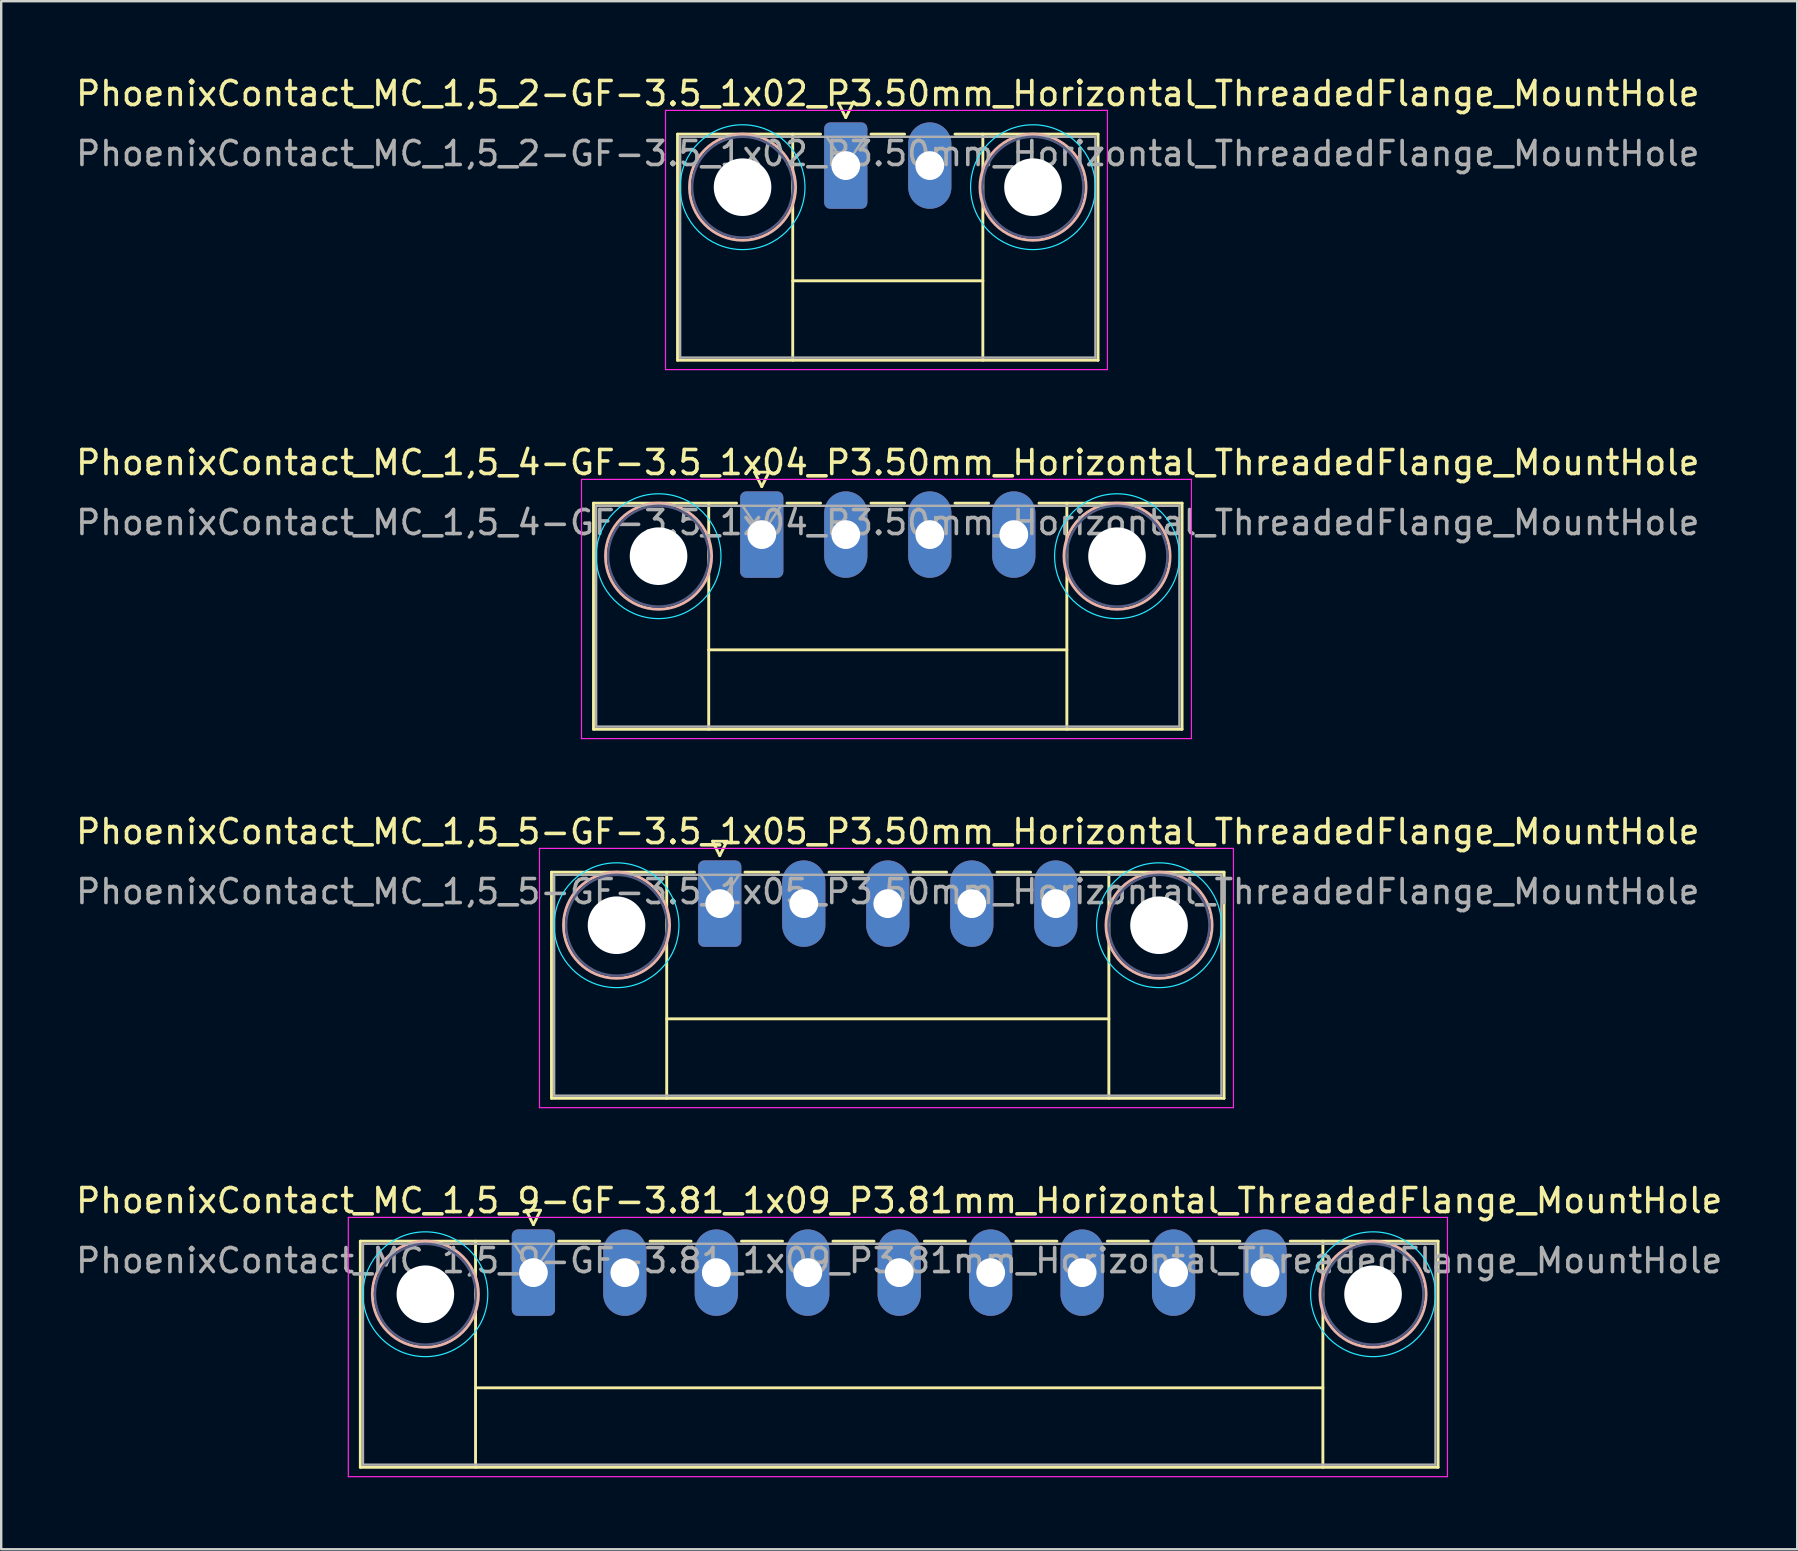
<source format=kicad_pcb>
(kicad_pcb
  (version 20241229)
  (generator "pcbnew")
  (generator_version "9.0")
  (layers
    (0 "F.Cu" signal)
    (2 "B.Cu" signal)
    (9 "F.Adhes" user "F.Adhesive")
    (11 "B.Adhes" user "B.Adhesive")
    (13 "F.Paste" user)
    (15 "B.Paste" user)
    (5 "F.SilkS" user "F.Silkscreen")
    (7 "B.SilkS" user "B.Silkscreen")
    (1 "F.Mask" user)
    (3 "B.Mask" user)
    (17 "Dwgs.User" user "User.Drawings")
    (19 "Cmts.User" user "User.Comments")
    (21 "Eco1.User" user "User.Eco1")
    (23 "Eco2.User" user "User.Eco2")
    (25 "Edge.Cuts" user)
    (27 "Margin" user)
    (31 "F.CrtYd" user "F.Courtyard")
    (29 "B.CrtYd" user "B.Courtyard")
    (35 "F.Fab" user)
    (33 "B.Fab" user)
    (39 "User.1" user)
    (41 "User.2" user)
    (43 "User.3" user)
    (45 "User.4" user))
  (footprint "PhoenixContact_MC_1,5_2-GF-3.5_1x02_P3.50mm_Horizontal_ThreadedFlange_MountHole"
    (layer "F.Cu")
    (at 32.185 3.848)
    (property "Reference" "PhoenixContact_MC_1,5_2-GF-3.5_1x02_P3.50mm_Horizontal_ThreadedFlange_MountHole" (at 1.75 -3 0) (layer "F.SilkS") (effects (font (size 1 1) (thickness 0.15))))
    (attr through_hole)
    (fp_line (start -7.01 -1.31) (end -7.01 8.11) (stroke (width 0.12) (type solid)) (layer "F.SilkS"))
    (fp_line (start -7.01 -1.31) (end -1.05 -1.31) (stroke (width 0.12) (type solid)) (layer "F.SilkS"))
    (fp_line (start -7.01 8.11) (end 10.51 8.11) (stroke (width 0.12) (type solid)) (layer "F.SilkS"))
    (fp_line (start -2.21 -1.31) (end -2.21 8.11) (stroke (width 0.12) (type solid)) (layer "F.SilkS"))
    (fp_line (start -2.21 4.8) (end 5.71 4.8) (stroke (width 0.12) (type solid)) (layer "F.SilkS"))
    (fp_line (start -0.3 -2.6) (end 0.3 -2.6) (stroke (width 0.12) (type solid)) (layer "F.SilkS"))
    (fp_line (start 0 -2) (end -0.3 -2.6) (stroke (width 0.12) (type solid)) (layer "F.SilkS"))
    (fp_line (start 0.3 -2.6) (end 0 -2) (stroke (width 0.12) (type solid)) (layer "F.SilkS"))
    (fp_line (start 1.05 -1.31) (end 2.45 -1.31) (stroke (width 0.12) (type solid)) (layer "F.SilkS"))
    (fp_line (start 5.71 -1.31) (end 5.71 8.11) (stroke (width 0.12) (type solid)) (layer "F.SilkS"))
    (fp_line (start 10.51 -1.31) (end 4.55 -1.31) (stroke (width 0.12) (type solid)) (layer "F.SilkS"))
    (fp_line (start 10.51 8.11) (end 10.51 -1.31) (stroke (width 0.12) (type solid)) (layer "F.SilkS"))
    (fp_circle (center -4.3 0.9) (end -2.09 0.9) (stroke (width 0.12) (type solid)) (fill no) (layer "B.SilkS"))
    (fp_circle (center 7.8 0.9) (end 10.01 0.9) (stroke (width 0.12) (type solid)) (fill no) (layer "B.SilkS"))
    (fp_circle (center -4.3 0.9) (end -1.7 0.9) (stroke (width 0.05) (type solid)) (fill no) (layer "B.CrtYd"))
    (fp_circle (center 7.8 0.9) (end 10.4 0.9) (stroke (width 0.05) (type solid)) (fill no) (layer "B.CrtYd"))
    (fp_line (start -7.51 -2.3) (end -7.51 8.5) (stroke (width 0.05) (type solid)) (layer "F.CrtYd"))
    (fp_line (start -7.51 8.5) (end 10.9 8.5) (stroke (width 0.05) (type solid)) (layer "F.CrtYd"))
    (fp_line (start 10.9 -2.3) (end -7.51 -2.3) (stroke (width 0.05) (type solid)) (layer "F.CrtYd"))
    (fp_line (start 10.9 8.5) (end 10.9 -2.3) (stroke (width 0.05) (type solid)) (layer "F.CrtYd"))
    (fp_circle (center -4.3 0.9) (end -2.2 0.9) (stroke (width 0.1) (type solid)) (fill no) (layer "B.Fab"))
    (fp_circle (center 7.8 0.9) (end 9.9 0.9) (stroke (width 0.1) (type solid)) (fill no) (layer "B.Fab"))
    (fp_line (start -6.9 -1.2) (end -6.9 8) (stroke (width 0.1) (type solid)) (layer "F.Fab"))
    (fp_line (start -6.9 8) (end 10.4 8) (stroke (width 0.1) (type solid)) (layer "F.Fab"))
    (fp_line (start 0 0) (end -0.8 -1.2) (stroke (width 0.1) (type solid)) (layer "F.Fab"))
    (fp_line (start 0.8 -1.2) (end 0 0) (stroke (width 0.1) (type solid)) (layer "F.Fab"))
    (fp_line (start 10.4 -1.2) (end -6.9 -1.2) (stroke (width 0.1) (type solid)) (layer "F.Fab"))
    (fp_line (start 10.4 8) (end 10.4 -1.2) (stroke (width 0.1) (type solid)) (layer "F.Fab"))
    (fp_text user "${REFERENCE}" (at 1.75 -0.5 0) (layer "F.Fab") (effects (font (size 1 1) (thickness 0.15))))
    (pad "" np_thru_hole circle (at -4.3 0.9) (size 2.4 2.4) (drill 2.4) (layers "*.Cu" "*.Mask"))
    (pad "" np_thru_hole circle (at 7.8 0.9) (size 2.4 2.4) (drill 2.4) (layers "*.Cu" "*.Mask"))
    (pad "1" thru_hole roundrect (at 0 0) (size 1.8 3.6) (drill 1.2) (layers "*.Cu" "*.Mask") (roundrect_rratio 0.139))
    (pad "2" thru_hole oval (at 3.5 0) (size 1.8 3.6) (drill 1.2) (layers "*.Cu" "*.Mask")))
  (footprint "PhoenixContact_MC_1,5_9-GF-3.81_1x09_P3.81mm_Horizontal_ThreadedFlange_MountHole"
    (layer "F.Cu")
    (at 19.171 49.968)
    (property "Reference" "PhoenixContact_MC_1,5_9-GF-3.81_1x09_P3.81mm_Horizontal_ThreadedFlange_MountHole" (at 15.24 -3 0) (layer "F.SilkS") (effects (font (size 1 1) (thickness 0.15))))
    (attr through_hole)
    (fp_line (start -7.21 -1.31) (end -7.21 8.11) (stroke (width 0.12) (type solid)) (layer "F.SilkS"))
    (fp_line (start -7.21 -1.31) (end -1.05 -1.31) (stroke (width 0.12) (type solid)) (layer "F.SilkS"))
    (fp_line (start -7.21 8.11) (end 37.69 8.11) (stroke (width 0.12) (type solid)) (layer "F.SilkS"))
    (fp_line (start -2.41 -1.31) (end -2.41 8.11) (stroke (width 0.12) (type solid)) (layer "F.SilkS"))
    (fp_line (start -2.41 4.8) (end 32.89 4.8) (stroke (width 0.12) (type solid)) (layer "F.SilkS"))
    (fp_line (start -0.3 -2.6) (end 0.3 -2.6) (stroke (width 0.12) (type solid)) (layer "F.SilkS"))
    (fp_line (start 0 -2) (end -0.3 -2.6) (stroke (width 0.12) (type solid)) (layer "F.SilkS"))
    (fp_line (start 0.3 -2.6) (end 0 -2) (stroke (width 0.12) (type solid)) (layer "F.SilkS"))
    (fp_line (start 1.05 -1.31) (end 2.76 -1.31) (stroke (width 0.12) (type solid)) (layer "F.SilkS"))
    (fp_line (start 4.86 -1.31) (end 6.57 -1.31) (stroke (width 0.12) (type solid)) (layer "F.SilkS"))
    (fp_line (start 8.67 -1.31) (end 10.38 -1.31) (stroke (width 0.12) (type solid)) (layer "F.SilkS"))
    (fp_line (start 12.48 -1.31) (end 14.19 -1.31) (stroke (width 0.12) (type solid)) (layer "F.SilkS"))
    (fp_line (start 16.29 -1.31) (end 18 -1.31) (stroke (width 0.12) (type solid)) (layer "F.SilkS"))
    (fp_line (start 20.1 -1.31) (end 21.81 -1.31) (stroke (width 0.12) (type solid)) (layer "F.SilkS"))
    (fp_line (start 23.91 -1.31) (end 25.62 -1.31) (stroke (width 0.12) (type solid)) (layer "F.SilkS"))
    (fp_line (start 27.72 -1.31) (end 29.43 -1.31) (stroke (width 0.12) (type solid)) (layer "F.SilkS"))
    (fp_line (start 32.89 -1.31) (end 32.89 8.11) (stroke (width 0.12) (type solid)) (layer "F.SilkS"))
    (fp_line (start 37.69 -1.31) (end 31.53 -1.31) (stroke (width 0.12) (type solid)) (layer "F.SilkS"))
    (fp_line (start 37.69 8.11) (end 37.69 -1.31) (stroke (width 0.12) (type solid)) (layer "F.SilkS"))
    (fp_circle (center -4.5 0.9) (end -2.29 0.9) (stroke (width 0.12) (type solid)) (fill no) (layer "B.SilkS"))
    (fp_circle (center 34.98 0.9) (end 37.19 0.9) (stroke (width 0.12) (type solid)) (fill no) (layer "B.SilkS"))
    (fp_circle (center -4.5 0.9) (end -1.9 0.9) (stroke (width 0.05) (type solid)) (fill no) (layer "B.CrtYd"))
    (fp_circle (center 34.98 0.9) (end 37.58 0.9) (stroke (width 0.05) (type solid)) (fill no) (layer "B.CrtYd"))
    (fp_line (start -7.71 -2.3) (end -7.71 8.5) (stroke (width 0.05) (type solid)) (layer "F.CrtYd"))
    (fp_line (start -7.71 8.5) (end 38.08 8.5) (stroke (width 0.05) (type solid)) (layer "F.CrtYd"))
    (fp_line (start 38.08 -2.3) (end -7.71 -2.3) (stroke (width 0.05) (type solid)) (layer "F.CrtYd"))
    (fp_line (start 38.08 8.5) (end 38.08 -2.3) (stroke (width 0.05) (type solid)) (layer "F.CrtYd"))
    (fp_circle (center -4.5 0.9) (end -2.4 0.9) (stroke (width 0.1) (type solid)) (fill no) (layer "B.Fab"))
    (fp_circle (center 34.98 0.9) (end 37.08 0.9) (stroke (width 0.1) (type solid)) (fill no) (layer "B.Fab"))
    (fp_line (start -7.1 -1.2) (end -7.1 8) (stroke (width 0.1) (type solid)) (layer "F.Fab"))
    (fp_line (start -7.1 8) (end 37.58 8) (stroke (width 0.1) (type solid)) (layer "F.Fab"))
    (fp_line (start 0 0) (end -0.8 -1.2) (stroke (width 0.1) (type solid)) (layer "F.Fab"))
    (fp_line (start 0.8 -1.2) (end 0 0) (stroke (width 0.1) (type solid)) (layer "F.Fab"))
    (fp_line (start 37.58 -1.2) (end -7.1 -1.2) (stroke (width 0.1) (type solid)) (layer "F.Fab"))
    (fp_line (start 37.58 8) (end 37.58 -1.2) (stroke (width 0.1) (type solid)) (layer "F.Fab"))
    (fp_text user "${REFERENCE}" (at 15.24 -0.5 0) (layer "F.Fab") (effects (font (size 1 1) (thickness 0.15))))
    (pad "" np_thru_hole circle (at -4.5 0.9) (size 2.4 2.4) (drill 2.4) (layers "*.Cu" "*.Mask"))
    (pad "" np_thru_hole circle (at 34.98 0.9) (size 2.4 2.4) (drill 2.4) (layers "*.Cu" "*.Mask"))
    (pad "1" thru_hole roundrect (at 0 0) (size 1.8 3.6) (drill 1.2) (layers "*.Cu" "*.Mask") (roundrect_rratio 0.139))
    (pad "2" thru_hole oval (at 3.81 0) (size 1.8 3.6) (drill 1.2) (layers "*.Cu" "*.Mask"))
    (pad "3" thru_hole oval (at 7.62 0) (size 1.8 3.6) (drill 1.2) (layers "*.Cu" "*.Mask"))
    (pad "4" thru_hole oval (at 11.43 0) (size 1.8 3.6) (drill 1.2) (layers "*.Cu" "*.Mask"))
    (pad "5" thru_hole oval (at 15.24 0) (size 1.8 3.6) (drill 1.2) (layers "*.Cu" "*.Mask"))
    (pad "6" thru_hole oval (at 19.05 0) (size 1.8 3.6) (drill 1.2) (layers "*.Cu" "*.Mask"))
    (pad "7" thru_hole oval (at 22.86 0) (size 1.8 3.6) (drill 1.2) (layers "*.Cu" "*.Mask"))
    (pad "8" thru_hole oval (at 26.67 0) (size 1.8 3.6) (drill 1.2) (layers "*.Cu" "*.Mask"))
    (pad "9" thru_hole oval (at 30.48 0) (size 1.8 3.6) (drill 1.2) (layers "*.Cu" "*.Mask")))
  (footprint "PhoenixContact_MC_1,5_4-GF-3.5_1x04_P3.50mm_Horizontal_ThreadedFlange_MountHole"
    (layer "F.Cu")
    (at 28.685 19.221)
    (property "Reference" "PhoenixContact_MC_1,5_4-GF-3.5_1x04_P3.50mm_Horizontal_ThreadedFlange_MountHole" (at 5.25 -3 0) (layer "F.SilkS") (effects (font (size 1 1) (thickness 0.15))))
    (attr through_hole)
    (fp_line (start -7.01 -1.31) (end -7.01 8.11) (stroke (width 0.12) (type solid)) (layer "F.SilkS"))
    (fp_line (start -7.01 -1.31) (end -1.05 -1.31) (stroke (width 0.12) (type solid)) (layer "F.SilkS"))
    (fp_line (start -7.01 8.11) (end 17.51 8.11) (stroke (width 0.12) (type solid)) (layer "F.SilkS"))
    (fp_line (start -2.21 -1.31) (end -2.21 8.11) (stroke (width 0.12) (type solid)) (layer "F.SilkS"))
    (fp_line (start -2.21 4.8) (end 12.71 4.8) (stroke (width 0.12) (type solid)) (layer "F.SilkS"))
    (fp_line (start -0.3 -2.6) (end 0.3 -2.6) (stroke (width 0.12) (type solid)) (layer "F.SilkS"))
    (fp_line (start 0 -2) (end -0.3 -2.6) (stroke (width 0.12) (type solid)) (layer "F.SilkS"))
    (fp_line (start 0.3 -2.6) (end 0 -2) (stroke (width 0.12) (type solid)) (layer "F.SilkS"))
    (fp_line (start 1.05 -1.31) (end 2.45 -1.31) (stroke (width 0.12) (type solid)) (layer "F.SilkS"))
    (fp_line (start 4.55 -1.31) (end 5.95 -1.31) (stroke (width 0.12) (type solid)) (layer "F.SilkS"))
    (fp_line (start 8.05 -1.31) (end 9.45 -1.31) (stroke (width 0.12) (type solid)) (layer "F.SilkS"))
    (fp_line (start 12.71 -1.31) (end 12.71 8.11) (stroke (width 0.12) (type solid)) (layer "F.SilkS"))
    (fp_line (start 17.51 -1.31) (end 11.55 -1.31) (stroke (width 0.12) (type solid)) (layer "F.SilkS"))
    (fp_line (start 17.51 8.11) (end 17.51 -1.31) (stroke (width 0.12) (type solid)) (layer "F.SilkS"))
    (fp_circle (center -4.3 0.9) (end -2.09 0.9) (stroke (width 0.12) (type solid)) (fill no) (layer "B.SilkS"))
    (fp_circle (center 14.8 0.9) (end 17.01 0.9) (stroke (width 0.12) (type solid)) (fill no) (layer "B.SilkS"))
    (fp_circle (center -4.3 0.9) (end -1.7 0.9) (stroke (width 0.05) (type solid)) (fill no) (layer "B.CrtYd"))
    (fp_circle (center 14.8 0.9) (end 17.4 0.9) (stroke (width 0.05) (type solid)) (fill no) (layer "B.CrtYd"))
    (fp_line (start -7.51 -2.3) (end -7.51 8.5) (stroke (width 0.05) (type solid)) (layer "F.CrtYd"))
    (fp_line (start -7.51 8.5) (end 17.9 8.5) (stroke (width 0.05) (type solid)) (layer "F.CrtYd"))
    (fp_line (start 17.9 -2.3) (end -7.51 -2.3) (stroke (width 0.05) (type solid)) (layer "F.CrtYd"))
    (fp_line (start 17.9 8.5) (end 17.9 -2.3) (stroke (width 0.05) (type solid)) (layer "F.CrtYd"))
    (fp_circle (center -4.3 0.9) (end -2.2 0.9) (stroke (width 0.1) (type solid)) (fill no) (layer "B.Fab"))
    (fp_circle (center 14.8 0.9) (end 16.9 0.9) (stroke (width 0.1) (type solid)) (fill no) (layer "B.Fab"))
    (fp_line (start -6.9 -1.2) (end -6.9 8) (stroke (width 0.1) (type solid)) (layer "F.Fab"))
    (fp_line (start -6.9 8) (end 17.4 8) (stroke (width 0.1) (type solid)) (layer "F.Fab"))
    (fp_line (start 0 0) (end -0.8 -1.2) (stroke (width 0.1) (type solid)) (layer "F.Fab"))
    (fp_line (start 0.8 -1.2) (end 0 0) (stroke (width 0.1) (type solid)) (layer "F.Fab"))
    (fp_line (start 17.4 -1.2) (end -6.9 -1.2) (stroke (width 0.1) (type solid)) (layer "F.Fab"))
    (fp_line (start 17.4 8) (end 17.4 -1.2) (stroke (width 0.1) (type solid)) (layer "F.Fab"))
    (fp_text user "${REFERENCE}" (at 5.25 -0.5 0) (layer "F.Fab") (effects (font (size 1 1) (thickness 0.15))))
    (pad "" np_thru_hole circle (at -4.3 0.9) (size 2.4 2.4) (drill 2.4) (layers "*.Cu" "*.Mask"))
    (pad "" np_thru_hole circle (at 14.8 0.9) (size 2.4 2.4) (drill 2.4) (layers "*.Cu" "*.Mask"))
    (pad "1" thru_hole roundrect (at 0 0) (size 1.8 3.6) (drill 1.2) (layers "*.Cu" "*.Mask") (roundrect_rratio 0.139))
    (pad "2" thru_hole oval (at 3.5 0) (size 1.8 3.6) (drill 1.2) (layers "*.Cu" "*.Mask"))
    (pad "3" thru_hole oval (at 7 0) (size 1.8 3.6) (drill 1.2) (layers "*.Cu" "*.Mask"))
    (pad "4" thru_hole oval (at 10.5 0) (size 1.8 3.6) (drill 1.2) (layers "*.Cu" "*.Mask")))
  (footprint "PhoenixContact_MC_1,5_5-GF-3.5_1x05_P3.50mm_Horizontal_ThreadedFlange_MountHole"
    (layer "F.Cu")
    (at 26.935 34.595)
    (property "Reference" "PhoenixContact_MC_1,5_5-GF-3.5_1x05_P3.50mm_Horizontal_ThreadedFlange_MountHole" (at 7 -3 0) (layer "F.SilkS") (effects (font (size 1 1) (thickness 0.15))))
    (attr through_hole)
    (fp_line (start -7.01 -1.31) (end -7.01 8.11) (stroke (width 0.12) (type solid)) (layer "F.SilkS"))
    (fp_line (start -7.01 -1.31) (end -1.05 -1.31) (stroke (width 0.12) (type solid)) (layer "F.SilkS"))
    (fp_line (start -7.01 8.11) (end 21.01 8.11) (stroke (width 0.12) (type solid)) (layer "F.SilkS"))
    (fp_line (start -2.21 -1.31) (end -2.21 8.11) (stroke (width 0.12) (type solid)) (layer "F.SilkS"))
    (fp_line (start -2.21 4.8) (end 16.21 4.8) (stroke (width 0.12) (type solid)) (layer "F.SilkS"))
    (fp_line (start -0.3 -2.6) (end 0.3 -2.6) (stroke (width 0.12) (type solid)) (layer "F.SilkS"))
    (fp_line (start 0 -2) (end -0.3 -2.6) (stroke (width 0.12) (type solid)) (layer "F.SilkS"))
    (fp_line (start 0.3 -2.6) (end 0 -2) (stroke (width 0.12) (type solid)) (layer "F.SilkS"))
    (fp_line (start 1.05 -1.31) (end 2.45 -1.31) (stroke (width 0.12) (type solid)) (layer "F.SilkS"))
    (fp_line (start 4.55 -1.31) (end 5.95 -1.31) (stroke (width 0.12) (type solid)) (layer "F.SilkS"))
    (fp_line (start 8.05 -1.31) (end 9.45 -1.31) (stroke (width 0.12) (type solid)) (layer "F.SilkS"))
    (fp_line (start 11.55 -1.31) (end 12.95 -1.31) (stroke (width 0.12) (type solid)) (layer "F.SilkS"))
    (fp_line (start 16.21 -1.31) (end 16.21 8.11) (stroke (width 0.12) (type solid)) (layer "F.SilkS"))
    (fp_line (start 21.01 -1.31) (end 15.05 -1.31) (stroke (width 0.12) (type solid)) (layer "F.SilkS"))
    (fp_line (start 21.01 8.11) (end 21.01 -1.31) (stroke (width 0.12) (type solid)) (layer "F.SilkS"))
    (fp_circle (center -4.3 0.9) (end -2.09 0.9) (stroke (width 0.12) (type solid)) (fill no) (layer "B.SilkS"))
    (fp_circle (center 18.3 0.9) (end 20.51 0.9) (stroke (width 0.12) (type solid)) (fill no) (layer "B.SilkS"))
    (fp_circle (center -4.3 0.9) (end -1.7 0.9) (stroke (width 0.05) (type solid)) (fill no) (layer "B.CrtYd"))
    (fp_circle (center 18.3 0.9) (end 20.9 0.9) (stroke (width 0.05) (type solid)) (fill no) (layer "B.CrtYd"))
    (fp_line (start -7.51 -2.3) (end -7.51 8.5) (stroke (width 0.05) (type solid)) (layer "F.CrtYd"))
    (fp_line (start -7.51 8.5) (end 21.4 8.5) (stroke (width 0.05) (type solid)) (layer "F.CrtYd"))
    (fp_line (start 21.4 -2.3) (end -7.51 -2.3) (stroke (width 0.05) (type solid)) (layer "F.CrtYd"))
    (fp_line (start 21.4 8.5) (end 21.4 -2.3) (stroke (width 0.05) (type solid)) (layer "F.CrtYd"))
    (fp_circle (center -4.3 0.9) (end -2.2 0.9) (stroke (width 0.1) (type solid)) (fill no) (layer "B.Fab"))
    (fp_circle (center 18.3 0.9) (end 20.4 0.9) (stroke (width 0.1) (type solid)) (fill no) (layer "B.Fab"))
    (fp_line (start -6.9 -1.2) (end -6.9 8) (stroke (width 0.1) (type solid)) (layer "F.Fab"))
    (fp_line (start -6.9 8) (end 20.9 8) (stroke (width 0.1) (type solid)) (layer "F.Fab"))
    (fp_line (start 0 0) (end -0.8 -1.2) (stroke (width 0.1) (type solid)) (layer "F.Fab"))
    (fp_line (start 0.8 -1.2) (end 0 0) (stroke (width 0.1) (type solid)) (layer "F.Fab"))
    (fp_line (start 20.9 -1.2) (end -6.9 -1.2) (stroke (width 0.1) (type solid)) (layer "F.Fab"))
    (fp_line (start 20.9 8) (end 20.9 -1.2) (stroke (width 0.1) (type solid)) (layer "F.Fab"))
    (fp_text user "${REFERENCE}" (at 7 -0.5 0) (layer "F.Fab") (effects (font (size 1 1) (thickness 0.15))))
    (pad "" np_thru_hole circle (at -4.3 0.9) (size 2.4 2.4) (drill 2.4) (layers "*.Cu" "*.Mask"))
    (pad "" np_thru_hole circle (at 18.3 0.9) (size 2.4 2.4) (drill 2.4) (layers "*.Cu" "*.Mask"))
    (pad "1" thru_hole roundrect (at 0 0) (size 1.8 3.6) (drill 1.2) (layers "*.Cu" "*.Mask") (roundrect_rratio 0.139))
    (pad "2" thru_hole oval (at 3.5 0) (size 1.8 3.6) (drill 1.2) (layers "*.Cu" "*.Mask"))
    (pad "3" thru_hole oval (at 7 0) (size 1.8 3.6) (drill 1.2) (layers "*.Cu" "*.Mask"))
    (pad "4" thru_hole oval (at 10.5 0) (size 1.8 3.6) (drill 1.2) (layers "*.Cu" "*.Mask"))
    (pad "5" thru_hole oval (at 14 0) (size 1.8 3.6) (drill 1.2) (layers "*.Cu" "*.Mask")))
  (gr_rect
    (start -3 -3)
    (end 71.821 61.493)
    (stroke (width 0.1) (type default))
    (fill no)
    (layer "Edge.Cuts")))
</source>
